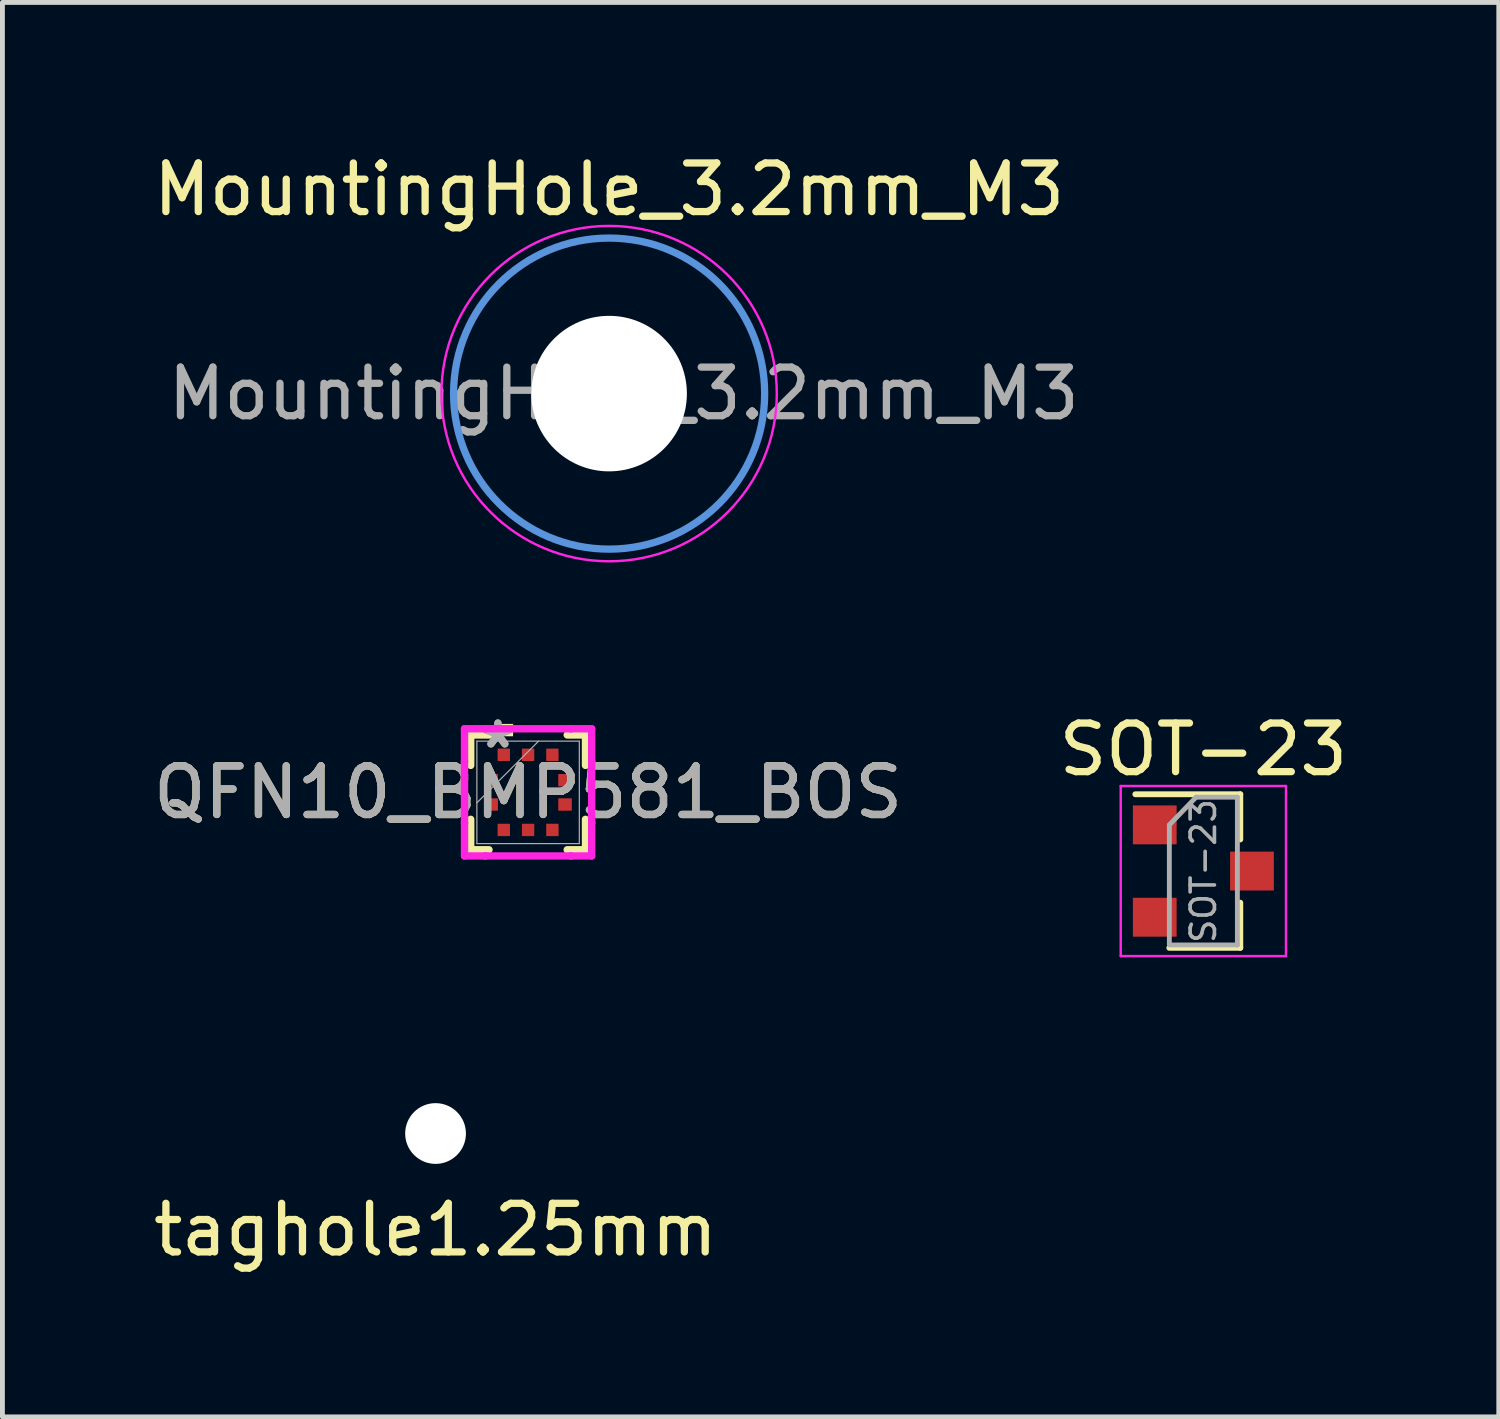
<source format=kicad_pcb>
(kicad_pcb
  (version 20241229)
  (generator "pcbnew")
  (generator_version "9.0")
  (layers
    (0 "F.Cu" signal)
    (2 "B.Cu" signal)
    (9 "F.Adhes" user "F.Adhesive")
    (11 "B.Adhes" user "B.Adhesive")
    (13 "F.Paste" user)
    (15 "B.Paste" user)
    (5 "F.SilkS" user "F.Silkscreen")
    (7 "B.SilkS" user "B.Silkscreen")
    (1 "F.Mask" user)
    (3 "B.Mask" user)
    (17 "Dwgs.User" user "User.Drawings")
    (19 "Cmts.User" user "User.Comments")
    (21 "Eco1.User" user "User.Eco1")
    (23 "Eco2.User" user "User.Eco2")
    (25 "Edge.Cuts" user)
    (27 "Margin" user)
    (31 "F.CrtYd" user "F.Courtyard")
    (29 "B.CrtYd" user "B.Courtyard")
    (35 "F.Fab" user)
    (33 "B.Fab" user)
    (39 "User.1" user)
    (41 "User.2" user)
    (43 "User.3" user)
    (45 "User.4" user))
  (footprint "SOT-23"
    (layer "F.Cu")
    (at 21.708 14.871)
    (property "Reference" "SOT-23" (at 0 -2.5 0) (layer "F.SilkS") (effects (font (size 1 1) (thickness 0.15))))
    (attr smd)
    (fp_line (start 0.76 -1.58) (end -1.4 -1.58) (stroke (width 0.12) (type solid)) (layer "F.SilkS"))
    (fp_line (start 0.76 -1.58) (end 0.76 -0.65) (stroke (width 0.12) (type solid)) (layer "F.SilkS"))
    (fp_line (start 0.76 1.58) (end -0.7 1.58) (stroke (width 0.12) (type solid)) (layer "F.SilkS"))
    (fp_line (start 0.76 1.58) (end 0.76 0.65) (stroke (width 0.12) (type solid)) (layer "F.SilkS"))
    (fp_line (start -1.7 -1.75) (end 1.7 -1.75) (stroke (width 0.05) (type solid)) (layer "F.CrtYd"))
    (fp_line (start -1.7 1.75) (end -1.7 -1.75) (stroke (width 0.05) (type solid)) (layer "F.CrtYd"))
    (fp_line (start 1.7 -1.75) (end 1.7 1.75) (stroke (width 0.05) (type solid)) (layer "F.CrtYd"))
    (fp_line (start 1.7 1.75) (end -1.7 1.75) (stroke (width 0.05) (type solid)) (layer "F.CrtYd"))
    (fp_line (start -0.7 -0.95) (end -0.7 1.5) (stroke (width 0.1) (type solid)) (layer "F.Fab"))
    (fp_line (start -0.7 -0.95) (end -0.15 -1.52) (stroke (width 0.1) (type solid)) (layer "F.Fab"))
    (fp_line (start -0.7 1.52) (end 0.7 1.52) (stroke (width 0.1) (type solid)) (layer "F.Fab"))
    (fp_line (start -0.15 -1.52) (end 0.7 -1.52) (stroke (width 0.1) (type solid)) (layer "F.Fab"))
    (fp_line (start 0.7 -1.52) (end 0.7 1.52) (stroke (width 0.1) (type solid)) (layer "F.Fab"))
    (fp_text user "${REFERENCE}" (at 0 0 90) (layer "F.Fab") (effects (font (size 0.5 0.5) (thickness 0.075))))
    (pad "1" smd rect (at -1 -0.95) (size 0.9 0.8) (layers "F.Cu" "F.Mask" "F.Paste"))
    (pad "2" smd rect (at -1 0.95) (size 0.9 0.8) (layers "F.Cu" "F.Mask" "F.Paste"))
    (pad "3" smd rect (at 1 0) (size 0.9 0.8) (layers "F.Cu" "F.Mask" "F.Paste")))
  (footprint "QFN10_BMP581_BOS"
    (layer "F.Cu")
    (at 7.815 13.252)
    (property "Reference" "QFN10_BMP581_BOS" (at 0 0 0) (unlocked yes) (layer "F.SilkS") (effects (font (size 1 1) (thickness 0.15))))
    (attr smd)
    (fp_line (start -1.181 -1.181) (end -1.181 -0.555) (stroke (width 0.152) (type solid)) (layer "F.SilkS"))
    (fp_line (start -1.181 0.555) (end -1.181 1.181) (stroke (width 0.152) (type solid)) (layer "F.SilkS"))
    (fp_line (start -1.181 1.181) (end -0.805 1.181) (stroke (width 0.152) (type solid)) (layer "F.SilkS"))
    (fp_line (start -0.805 -1.181) (end -1.181 -1.181) (stroke (width 0.152) (type solid)) (layer "F.SilkS"))
    (fp_line (start 0.805 1.181) (end 1.181 1.181) (stroke (width 0.152) (type solid)) (layer "F.SilkS"))
    (fp_line (start 1.181 -1.181) (end 0.805 -1.181) (stroke (width 0.152) (type solid)) (layer "F.SilkS"))
    (fp_line (start 1.181 -0.555) (end 1.181 -1.181) (stroke (width 0.152) (type solid)) (layer "F.SilkS"))
    (fp_line (start 1.181 1.181) (end 1.181 0.555) (stroke (width 0.152) (type solid)) (layer "F.SilkS"))
    (fp_poly (pts (xy -0.69 -1.154) (xy -0.69 -1.408) (xy -0.309 -1.408) (xy -0.309 -1.154)) (stroke (width 0) (type solid)) (fill yes) (layer "F.SilkS"))
    (fp_line (start -1.308 -1.308) (end -0.881 -1.308) (stroke (width 0.152) (type solid)) (layer "F.CrtYd"))
    (fp_line (start -1.308 -0.631) (end -1.308 -1.308) (stroke (width 0.152) (type solid)) (layer "F.CrtYd"))
    (fp_line (start -1.308 -0.631) (end -1.308 -0.631) (stroke (width 0.152) (type solid)) (layer "F.CrtYd"))
    (fp_line (start -1.308 0.631) (end -1.308 -0.631) (stroke (width 0.152) (type solid)) (layer "F.CrtYd"))
    (fp_line (start -1.308 0.631) (end -1.308 0.631) (stroke (width 0.152) (type solid)) (layer "F.CrtYd"))
    (fp_line (start -1.308 1.308) (end -1.308 0.631) (stroke (width 0.152) (type solid)) (layer "F.CrtYd"))
    (fp_line (start -1.308 1.308) (end -0.881 1.308) (stroke (width 0.152) (type solid)) (layer "F.CrtYd"))
    (fp_line (start -0.881 -1.308) (end -0.881 -1.308) (stroke (width 0.152) (type solid)) (layer "F.CrtYd"))
    (fp_line (start -0.881 -1.308) (end 0.881 -1.308) (stroke (width 0.152) (type solid)) (layer "F.CrtYd"))
    (fp_line (start -0.881 1.308) (end -0.881 1.308) (stroke (width 0.152) (type solid)) (layer "F.CrtYd"))
    (fp_line (start -0.881 1.308) (end 0.881 1.308) (stroke (width 0.152) (type solid)) (layer "F.CrtYd"))
    (fp_line (start 0.881 -1.308) (end 0.881 -1.308) (stroke (width 0.152) (type solid)) (layer "F.CrtYd"))
    (fp_line (start 0.881 -1.308) (end 1.308 -1.308) (stroke (width 0.152) (type solid)) (layer "F.CrtYd"))
    (fp_line (start 0.881 1.308) (end 0.881 1.308) (stroke (width 0.152) (type solid)) (layer "F.CrtYd"))
    (fp_line (start 0.881 1.308) (end 1.308 1.308) (stroke (width 0.152) (type solid)) (layer "F.CrtYd"))
    (fp_line (start 1.308 -0.631) (end 1.308 -1.308) (stroke (width 0.152) (type solid)) (layer "F.CrtYd"))
    (fp_line (start 1.308 -0.631) (end 1.308 -0.631) (stroke (width 0.152) (type solid)) (layer "F.CrtYd"))
    (fp_line (start 1.308 0.631) (end 1.308 -0.631) (stroke (width 0.152) (type solid)) (layer "F.CrtYd"))
    (fp_line (start 1.308 0.631) (end 1.308 0.631) (stroke (width 0.152) (type solid)) (layer "F.CrtYd"))
    (fp_line (start 1.308 1.308) (end 1.308 0.631) (stroke (width 0.152) (type solid)) (layer "F.CrtYd"))
    (fp_line (start -1.054 -1.054) (end -1.054 1.054) (stroke (width 0.025) (type solid)) (layer "F.Fab"))
    (fp_line (start -1.054 0.216) (end 0.216 -1.054) (stroke (width 0.025) (type solid)) (layer "F.Fab"))
    (fp_line (start -1.054 1.054) (end 1.054 1.054) (stroke (width 0.025) (type solid)) (layer "F.Fab"))
    (fp_line (start 1.054 -1.054) (end -1.054 -1.054) (stroke (width 0.025) (type solid)) (layer "F.Fab"))
    (fp_line (start 1.054 1.054) (end 1.054 -1.054) (stroke (width 0.025) (type solid)) (layer "F.Fab"))
    (fp_text user "*" (at -0.621 -0.881 0) (unlocked yes) (layer "F.Fab") (effects (font (size 1 1) (thickness 0.15))))
    (fp_text user "*" (at -0.621 -0.881 0) (layer "F.Fab") (effects (font (size 1 1) (thickness 0.15))))
    (fp_text user "${REFERENCE}" (at 0 0 0) (unlocked yes) (layer "F.Fab") (effects (font (size 1 1) (thickness 0.15))))
    (pad "1" smd rect (at -0.76 -0.25 90) (size 0.254 0.279) (layers "F.Cu" "F.Mask" "F.Paste"))
    (pad "2" smd rect (at -0.76 0.25 90) (size 0.254 0.279) (layers "F.Cu" "F.Mask" "F.Paste"))
    (pad "3" smd rect (at -0.5 0.773) (size 0.254 0.254) (layers "F.Cu" "F.Mask" "F.Paste"))
    (pad "4" smd rect (at 0 0.773) (size 0.254 0.254) (layers "F.Cu" "F.Mask" "F.Paste"))
    (pad "5" smd rect (at 0.5 0.773) (size 0.254 0.254) (layers "F.Cu" "F.Mask" "F.Paste"))
    (pad "6" smd rect (at 0.76 0.25 90) (size 0.254 0.279) (layers "F.Cu" "F.Mask" "F.Paste"))
    (pad "7" smd rect (at 0.76 -0.25 90) (size 0.254 0.279) (layers "F.Cu" "F.Mask" "F.Paste"))
    (pad "8" smd rect (at 0.5 -0.773) (size 0.254 0.254) (layers "F.Cu" "F.Mask" "F.Paste"))
    (pad "9" smd rect (at 0 -0.773) (size 0.254 0.254) (layers "F.Cu" "F.Mask" "F.Paste"))
    (pad "10" smd rect (at -0.5 -0.773) (size 0.254 0.254) (layers "F.Cu" "F.Mask" "F.Paste")))
  (footprint "taghole1.25mm"
    (layer "F.Cu")
    (at 5.911 20.271)
    (property "Reference" "taghole1.25mm" (at 0 1.981 0) (layer "F.SilkS") (effects (font (size 1 1) (thickness 0.15))))
    (attr through_hole)
    (pad "" np_thru_hole circle (at 0 0) (size 1.25 1.25) (drill 1.25) (layers "*.Cu" "*.Mask")))
  (footprint "MountingHole_3.2mm_M3"
    (layer "F.Cu")
    (at 9.482 5.048)
    (property "Reference" "MountingHole_3.2mm_M3" (at 0 -4.2 0) (layer "F.SilkS") (effects (font (size 1 1) (thickness 0.15))))
    (attr exclude_from_pos_files exclude_from_bom)
    (fp_circle (center 0 0) (end 3.2 0) (stroke (width 0.15) (type solid)) (fill no) (layer "Cmts.User"))
    (fp_circle (center 0 0) (end 3.45 0) (stroke (width 0.05) (type solid)) (fill no) (layer "F.CrtYd"))
    (fp_text user "${REFERENCE}" (at 0.3 0 0) (layer "F.Fab") (effects (font (size 1 1) (thickness 0.15))))
    (pad "" np_thru_hole circle (at 0 0) (size 3.2 3.2) (drill 3.2) (layers "*.Cu" "*.Mask")))
  (gr_rect
    (start -3 -3)
    (end 27.786 26.101)
    (stroke (width 0.1) (type default))
    (fill no)
    (layer "Edge.Cuts")))
</source>
